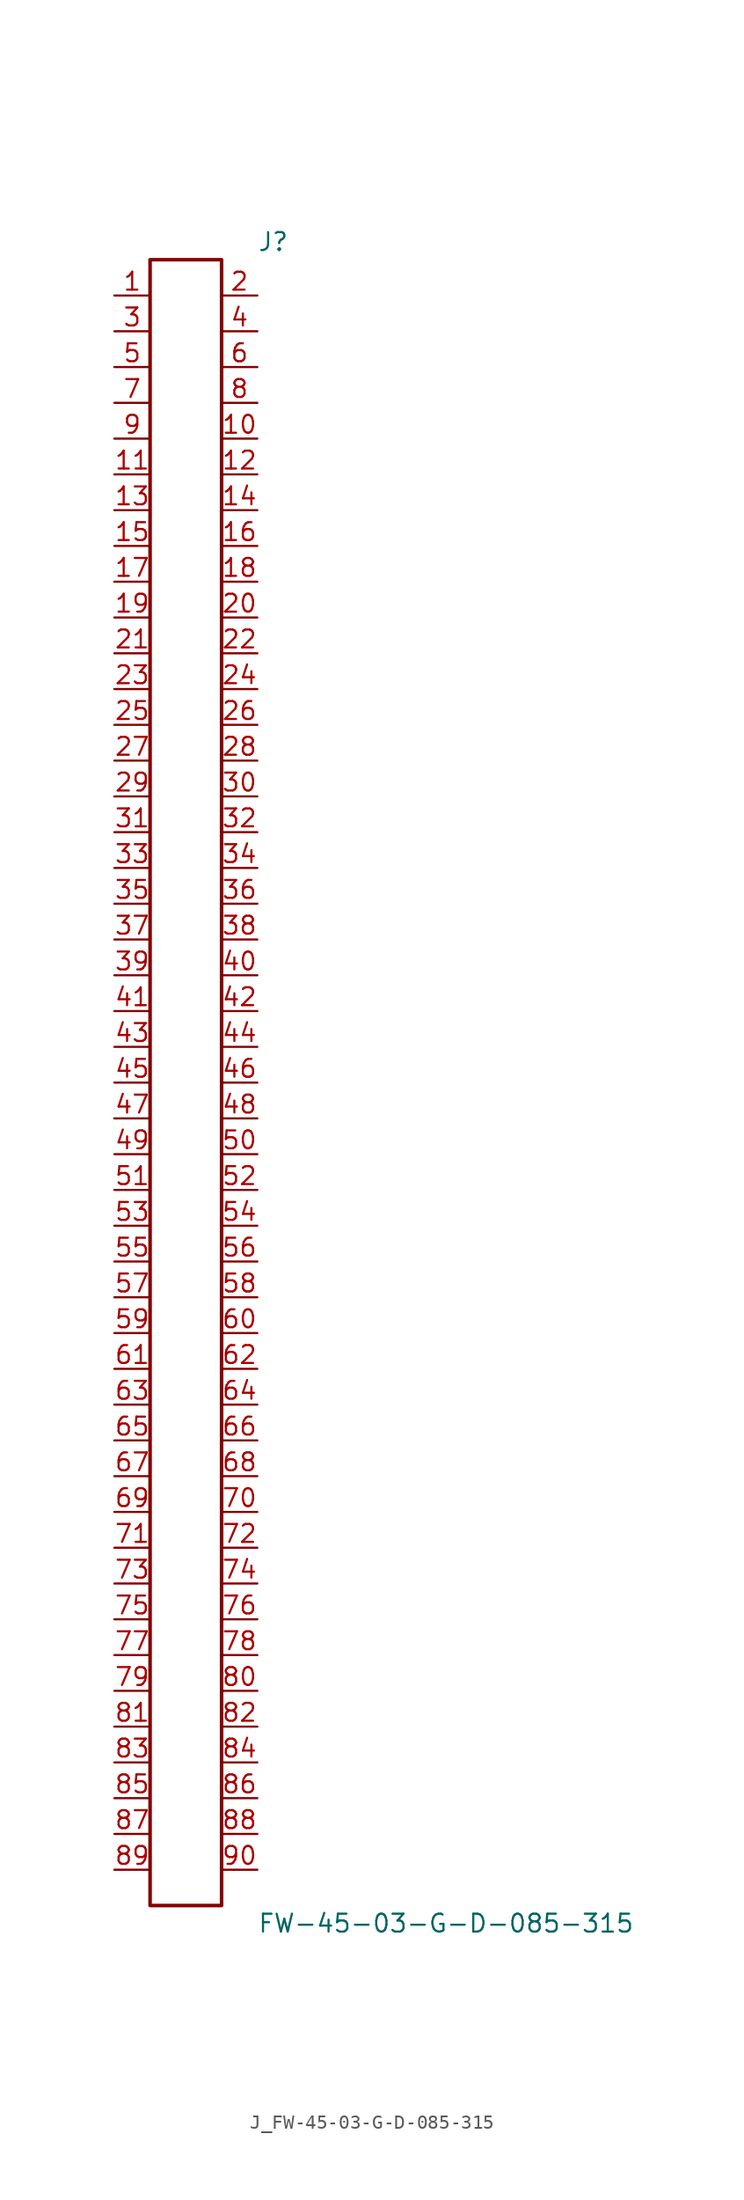
<source format=kicad_sym>
(kicad_symbol_lib
  (version 20231120)
  (generator kicad_symbol_editor)
  (generator_version 8.0)
  (symbol "J_FW-45-03-G-D-085-315"
    (pin_names
      (offset 0.254))
    (property "Reference" "J"
      (at 5.08 59.69 0)
      (effects (font (size 1.27 1.27)) (justify left)))
    (property "Value" "FW-45-03-G-D-085-315"
      (at 5.08 -59.69 0)
      (effects (font (size 1.27 1.27)) (justify left)))
    (symbol "J_FW-45-03-G-D-085-315_0_0"
      (pin unspecified line (at -5.08 55.88 0) (length 2.54) (name "" (effects (font (size 1.27 1.27)))) (number "1" (effects (font (size 1.27 1.27)))))
      (pin unspecified line (at 5.08 55.88 180) (length 2.54) (name "" (effects (font (size 1.27 1.27)))) (number "2" (effects (font (size 1.27 1.27)))))
      (pin unspecified line (at -5.08 53.34 0) (length 2.54) (name "" (effects (font (size 1.27 1.27)))) (number "3" (effects (font (size 1.27 1.27)))))
      (pin unspecified line (at 5.08 53.34 180) (length 2.54) (name "" (effects (font (size 1.27 1.27)))) (number "4" (effects (font (size 1.27 1.27)))))
      (pin unspecified line (at -5.08 50.8 0) (length 2.54) (name "" (effects (font (size 1.27 1.27)))) (number "5" (effects (font (size 1.27 1.27)))))
      (pin unspecified line (at 5.08 50.8 180) (length 2.54) (name "" (effects (font (size 1.27 1.27)))) (number "6" (effects (font (size 1.27 1.27)))))
      (pin unspecified line (at -5.08 48.26 0) (length 2.54) (name "" (effects (font (size 1.27 1.27)))) (number "7" (effects (font (size 1.27 1.27)))))
      (pin unspecified line (at 5.08 48.26 180) (length 2.54) (name "" (effects (font (size 1.27 1.27)))) (number "8" (effects (font (size 1.27 1.27)))))
      (pin unspecified line (at -5.08 45.72 0) (length 2.54) (name "" (effects (font (size 1.27 1.27)))) (number "9" (effects (font (size 1.27 1.27)))))
      (pin unspecified line (at 5.08 45.72 180) (length 2.54) (name "" (effects (font (size 1.27 1.27)))) (number "10" (effects (font (size 1.27 1.27)))))
      (pin unspecified line (at -5.08 43.18 0) (length 2.54) (name "" (effects (font (size 1.27 1.27)))) (number "11" (effects (font (size 1.27 1.27)))))
      (pin unspecified line (at 5.08 43.18 180) (length 2.54) (name "" (effects (font (size 1.27 1.27)))) (number "12" (effects (font (size 1.27 1.27)))))
      (pin unspecified line (at -5.08 40.64 0) (length 2.54) (name "" (effects (font (size 1.27 1.27)))) (number "13" (effects (font (size 1.27 1.27)))))
      (pin unspecified line (at 5.08 40.64 180) (length 2.54) (name "" (effects (font (size 1.27 1.27)))) (number "14" (effects (font (size 1.27 1.27)))))
      (pin unspecified line (at -5.08 38.1 0) (length 2.54) (name "" (effects (font (size 1.27 1.27)))) (number "15" (effects (font (size 1.27 1.27)))))
      (pin unspecified line (at 5.08 38.1 180) (length 2.54) (name "" (effects (font (size 1.27 1.27)))) (number "16" (effects (font (size 1.27 1.27)))))
      (pin unspecified line (at -5.08 35.56 0) (length 2.54) (name "" (effects (font (size 1.27 1.27)))) (number "17" (effects (font (size 1.27 1.27)))))
      (pin unspecified line (at 5.08 35.56 180) (length 2.54) (name "" (effects (font (size 1.27 1.27)))) (number "18" (effects (font (size 1.27 1.27)))))
      (pin unspecified line (at -5.08 33.02 0) (length 2.54) (name "" (effects (font (size 1.27 1.27)))) (number "19" (effects (font (size 1.27 1.27)))))
      (pin unspecified line (at 5.08 33.02 180) (length 2.54) (name "" (effects (font (size 1.27 1.27)))) (number "20" (effects (font (size 1.27 1.27)))))
      (pin unspecified line (at -5.08 30.48 0) (length 2.54) (name "" (effects (font (size 1.27 1.27)))) (number "21" (effects (font (size 1.27 1.27)))))
      (pin unspecified line (at 5.08 30.48 180) (length 2.54) (name "" (effects (font (size 1.27 1.27)))) (number "22" (effects (font (size 1.27 1.27)))))
      (pin unspecified line (at -5.08 27.94 0) (length 2.54) (name "" (effects (font (size 1.27 1.27)))) (number "23" (effects (font (size 1.27 1.27)))))
      (pin unspecified line (at 5.08 27.94 180) (length 2.54) (name "" (effects (font (size 1.27 1.27)))) (number "24" (effects (font (size 1.27 1.27)))))
      (pin unspecified line (at -5.08 25.4 0) (length 2.54) (name "" (effects (font (size 1.27 1.27)))) (number "25" (effects (font (size 1.27 1.27)))))
      (pin unspecified line (at 5.08 25.4 180) (length 2.54) (name "" (effects (font (size 1.27 1.27)))) (number "26" (effects (font (size 1.27 1.27)))))
      (pin unspecified line (at -5.08 22.86 0) (length 2.54) (name "" (effects (font (size 1.27 1.27)))) (number "27" (effects (font (size 1.27 1.27)))))
      (pin unspecified line (at 5.08 22.86 180) (length 2.54) (name "" (effects (font (size 1.27 1.27)))) (number "28" (effects (font (size 1.27 1.27)))))
      (pin unspecified line (at -5.08 20.32 0) (length 2.54) (name "" (effects (font (size 1.27 1.27)))) (number "29" (effects (font (size 1.27 1.27)))))
      (pin unspecified line (at 5.08 20.32 180) (length 2.54) (name "" (effects (font (size 1.27 1.27)))) (number "30" (effects (font (size 1.27 1.27)))))
      (pin unspecified line (at -5.08 17.78 0) (length 2.54) (name "" (effects (font (size 1.27 1.27)))) (number "31" (effects (font (size 1.27 1.27)))))
      (pin unspecified line (at 5.08 17.78 180) (length 2.54) (name "" (effects (font (size 1.27 1.27)))) (number "32" (effects (font (size 1.27 1.27)))))
      (pin unspecified line (at -5.08 15.24 0) (length 2.54) (name "" (effects (font (size 1.27 1.27)))) (number "33" (effects (font (size 1.27 1.27)))))
      (pin unspecified line (at 5.08 15.24 180) (length 2.54) (name "" (effects (font (size 1.27 1.27)))) (number "34" (effects (font (size 1.27 1.27)))))
      (pin unspecified line (at -5.08 12.7 0) (length 2.54) (name "" (effects (font (size 1.27 1.27)))) (number "35" (effects (font (size 1.27 1.27)))))
      (pin unspecified line (at 5.08 12.7 180) (length 2.54) (name "" (effects (font (size 1.27 1.27)))) (number "36" (effects (font (size 1.27 1.27)))))
      (pin unspecified line (at -5.08 10.16 0) (length 2.54) (name "" (effects (font (size 1.27 1.27)))) (number "37" (effects (font (size 1.27 1.27)))))
      (pin unspecified line (at 5.08 10.16 180) (length 2.54) (name "" (effects (font (size 1.27 1.27)))) (number "38" (effects (font (size 1.27 1.27)))))
      (pin unspecified line (at -5.08 7.62 0) (length 2.54) (name "" (effects (font (size 1.27 1.27)))) (number "39" (effects (font (size 1.27 1.27)))))
      (pin unspecified line (at 5.08 7.62 180) (length 2.54) (name "" (effects (font (size 1.27 1.27)))) (number "40" (effects (font (size 1.27 1.27)))))
      (pin unspecified line (at -5.08 5.08 0) (length 2.54) (name "" (effects (font (size 1.27 1.27)))) (number "41" (effects (font (size 1.27 1.27)))))
      (pin unspecified line (at 5.08 5.08 180) (length 2.54) (name "" (effects (font (size 1.27 1.27)))) (number "42" (effects (font (size 1.27 1.27)))))
      (pin unspecified line (at -5.08 2.54 0) (length 2.54) (name "" (effects (font (size 1.27 1.27)))) (number "43" (effects (font (size 1.27 1.27)))))
      (pin unspecified line (at 5.08 2.54 180) (length 2.54) (name "" (effects (font (size 1.27 1.27)))) (number "44" (effects (font (size 1.27 1.27)))))
      (pin unspecified line (at -5.08 0.0 0) (length 2.54) (name "" (effects (font (size 1.27 1.27)))) (number "45" (effects (font (size 1.27 1.27)))))
      (pin unspecified line (at 5.08 0.0 180) (length 2.54) (name "" (effects (font (size 1.27 1.27)))) (number "46" (effects (font (size 1.27 1.27)))))
      (pin unspecified line (at -5.08 -2.54 0) (length 2.54) (name "" (effects (font (size 1.27 1.27)))) (number "47" (effects (font (size 1.27 1.27)))))
      (pin unspecified line (at 5.08 -2.54 180) (length 2.54) (name "" (effects (font (size 1.27 1.27)))) (number "48" (effects (font (size 1.27 1.27)))))
      (pin unspecified line (at -5.08 -5.08 0) (length 2.54) (name "" (effects (font (size 1.27 1.27)))) (number "49" (effects (font (size 1.27 1.27)))))
      (pin unspecified line (at 5.08 -5.08 180) (length 2.54) (name "" (effects (font (size 1.27 1.27)))) (number "50" (effects (font (size 1.27 1.27)))))
      (pin unspecified line (at -5.08 -7.62 0) (length 2.54) (name "" (effects (font (size 1.27 1.27)))) (number "51" (effects (font (size 1.27 1.27)))))
      (pin unspecified line (at 5.08 -7.62 180) (length 2.54) (name "" (effects (font (size 1.27 1.27)))) (number "52" (effects (font (size 1.27 1.27)))))
      (pin unspecified line (at -5.08 -10.16 0) (length 2.54) (name "" (effects (font (size 1.27 1.27)))) (number "53" (effects (font (size 1.27 1.27)))))
      (pin unspecified line (at 5.08 -10.16 180) (length 2.54) (name "" (effects (font (size 1.27 1.27)))) (number "54" (effects (font (size 1.27 1.27)))))
      (pin unspecified line (at -5.08 -12.7 0) (length 2.54) (name "" (effects (font (size 1.27 1.27)))) (number "55" (effects (font (size 1.27 1.27)))))
      (pin unspecified line (at 5.08 -12.7 180) (length 2.54) (name "" (effects (font (size 1.27 1.27)))) (number "56" (effects (font (size 1.27 1.27)))))
      (pin unspecified line (at -5.08 -15.24 0) (length 2.54) (name "" (effects (font (size 1.27 1.27)))) (number "57" (effects (font (size 1.27 1.27)))))
      (pin unspecified line (at 5.08 -15.24 180) (length 2.54) (name "" (effects (font (size 1.27 1.27)))) (number "58" (effects (font (size 1.27 1.27)))))
      (pin unspecified line (at -5.08 -17.78 0) (length 2.54) (name "" (effects (font (size 1.27 1.27)))) (number "59" (effects (font (size 1.27 1.27)))))
      (pin unspecified line (at 5.08 -17.78 180) (length 2.54) (name "" (effects (font (size 1.27 1.27)))) (number "60" (effects (font (size 1.27 1.27)))))
      (pin unspecified line (at -5.08 -20.32 0) (length 2.54) (name "" (effects (font (size 1.27 1.27)))) (number "61" (effects (font (size 1.27 1.27)))))
      (pin unspecified line (at 5.08 -20.32 180) (length 2.54) (name "" (effects (font (size 1.27 1.27)))) (number "62" (effects (font (size 1.27 1.27)))))
      (pin unspecified line (at -5.08 -22.86 0) (length 2.54) (name "" (effects (font (size 1.27 1.27)))) (number "63" (effects (font (size 1.27 1.27)))))
      (pin unspecified line (at 5.08 -22.86 180) (length 2.54) (name "" (effects (font (size 1.27 1.27)))) (number "64" (effects (font (size 1.27 1.27)))))
      (pin unspecified line (at -5.08 -25.4 0) (length 2.54) (name "" (effects (font (size 1.27 1.27)))) (number "65" (effects (font (size 1.27 1.27)))))
      (pin unspecified line (at 5.08 -25.4 180) (length 2.54) (name "" (effects (font (size 1.27 1.27)))) (number "66" (effects (font (size 1.27 1.27)))))
      (pin unspecified line (at -5.08 -27.94 0) (length 2.54) (name "" (effects (font (size 1.27 1.27)))) (number "67" (effects (font (size 1.27 1.27)))))
      (pin unspecified line (at 5.08 -27.94 180) (length 2.54) (name "" (effects (font (size 1.27 1.27)))) (number "68" (effects (font (size 1.27 1.27)))))
      (pin unspecified line (at -5.08 -30.48 0) (length 2.54) (name "" (effects (font (size 1.27 1.27)))) (number "69" (effects (font (size 1.27 1.27)))))
      (pin unspecified line (at 5.08 -30.48 180) (length 2.54) (name "" (effects (font (size 1.27 1.27)))) (number "70" (effects (font (size 1.27 1.27)))))
      (pin unspecified line (at -5.08 -33.02 0) (length 2.54) (name "" (effects (font (size 1.27 1.27)))) (number "71" (effects (font (size 1.27 1.27)))))
      (pin unspecified line (at 5.08 -33.02 180) (length 2.54) (name "" (effects (font (size 1.27 1.27)))) (number "72" (effects (font (size 1.27 1.27)))))
      (pin unspecified line (at -5.08 -35.56 0) (length 2.54) (name "" (effects (font (size 1.27 1.27)))) (number "73" (effects (font (size 1.27 1.27)))))
      (pin unspecified line (at 5.08 -35.56 180) (length 2.54) (name "" (effects (font (size 1.27 1.27)))) (number "74" (effects (font (size 1.27 1.27)))))
      (pin unspecified line (at -5.08 -38.1 0) (length 2.54) (name "" (effects (font (size 1.27 1.27)))) (number "75" (effects (font (size 1.27 1.27)))))
      (pin unspecified line (at 5.08 -38.1 180) (length 2.54) (name "" (effects (font (size 1.27 1.27)))) (number "76" (effects (font (size 1.27 1.27)))))
      (pin unspecified line (at -5.08 -40.64 0) (length 2.54) (name "" (effects (font (size 1.27 1.27)))) (number "77" (effects (font (size 1.27 1.27)))))
      (pin unspecified line (at 5.08 -40.64 180) (length 2.54) (name "" (effects (font (size 1.27 1.27)))) (number "78" (effects (font (size 1.27 1.27)))))
      (pin unspecified line (at -5.08 -43.18 0) (length 2.54) (name "" (effects (font (size 1.27 1.27)))) (number "79" (effects (font (size 1.27 1.27)))))
      (pin unspecified line (at 5.08 -43.18 180) (length 2.54) (name "" (effects (font (size 1.27 1.27)))) (number "80" (effects (font (size 1.27 1.27)))))
      (pin unspecified line (at -5.08 -45.72 0) (length 2.54) (name "" (effects (font (size 1.27 1.27)))) (number "81" (effects (font (size 1.27 1.27)))))
      (pin unspecified line (at 5.08 -45.72 180) (length 2.54) (name "" (effects (font (size 1.27 1.27)))) (number "82" (effects (font (size 1.27 1.27)))))
      (pin unspecified line (at -5.08 -48.26 0) (length 2.54) (name "" (effects (font (size 1.27 1.27)))) (number "83" (effects (font (size 1.27 1.27)))))
      (pin unspecified line (at 5.08 -48.26 180) (length 2.54) (name "" (effects (font (size 1.27 1.27)))) (number "84" (effects (font (size 1.27 1.27)))))
      (pin unspecified line (at -5.08 -50.8 0) (length 2.54) (name "" (effects (font (size 1.27 1.27)))) (number "85" (effects (font (size 1.27 1.27)))))
      (pin unspecified line (at 5.08 -50.8 180) (length 2.54) (name "" (effects (font (size 1.27 1.27)))) (number "86" (effects (font (size 1.27 1.27)))))
      (pin unspecified line (at -5.08 -53.34 0) (length 2.54) (name "" (effects (font (size 1.27 1.27)))) (number "87" (effects (font (size 1.27 1.27)))))
      (pin unspecified line (at 5.08 -53.34 180) (length 2.54) (name "" (effects (font (size 1.27 1.27)))) (number "88" (effects (font (size 1.27 1.27)))))
      (pin unspecified line (at -5.08 -55.88 0) (length 2.54) (name "" (effects (font (size 1.27 1.27)))) (number "89" (effects (font (size 1.27 1.27)))))
      (pin unspecified line (at 5.08 -55.88 180) (length 2.54) (name "" (effects (font (size 1.27 1.27)))) (number "90" (effects (font (size 1.27 1.27))))))
    (symbol "J_FW-45-03-G-D-085-315_1_0"
      (rectangle (start -2.54 58.42) (end 2.54 -58.42) (stroke (width 0.254) (type solid)) (fill (type none))))))
</source>
